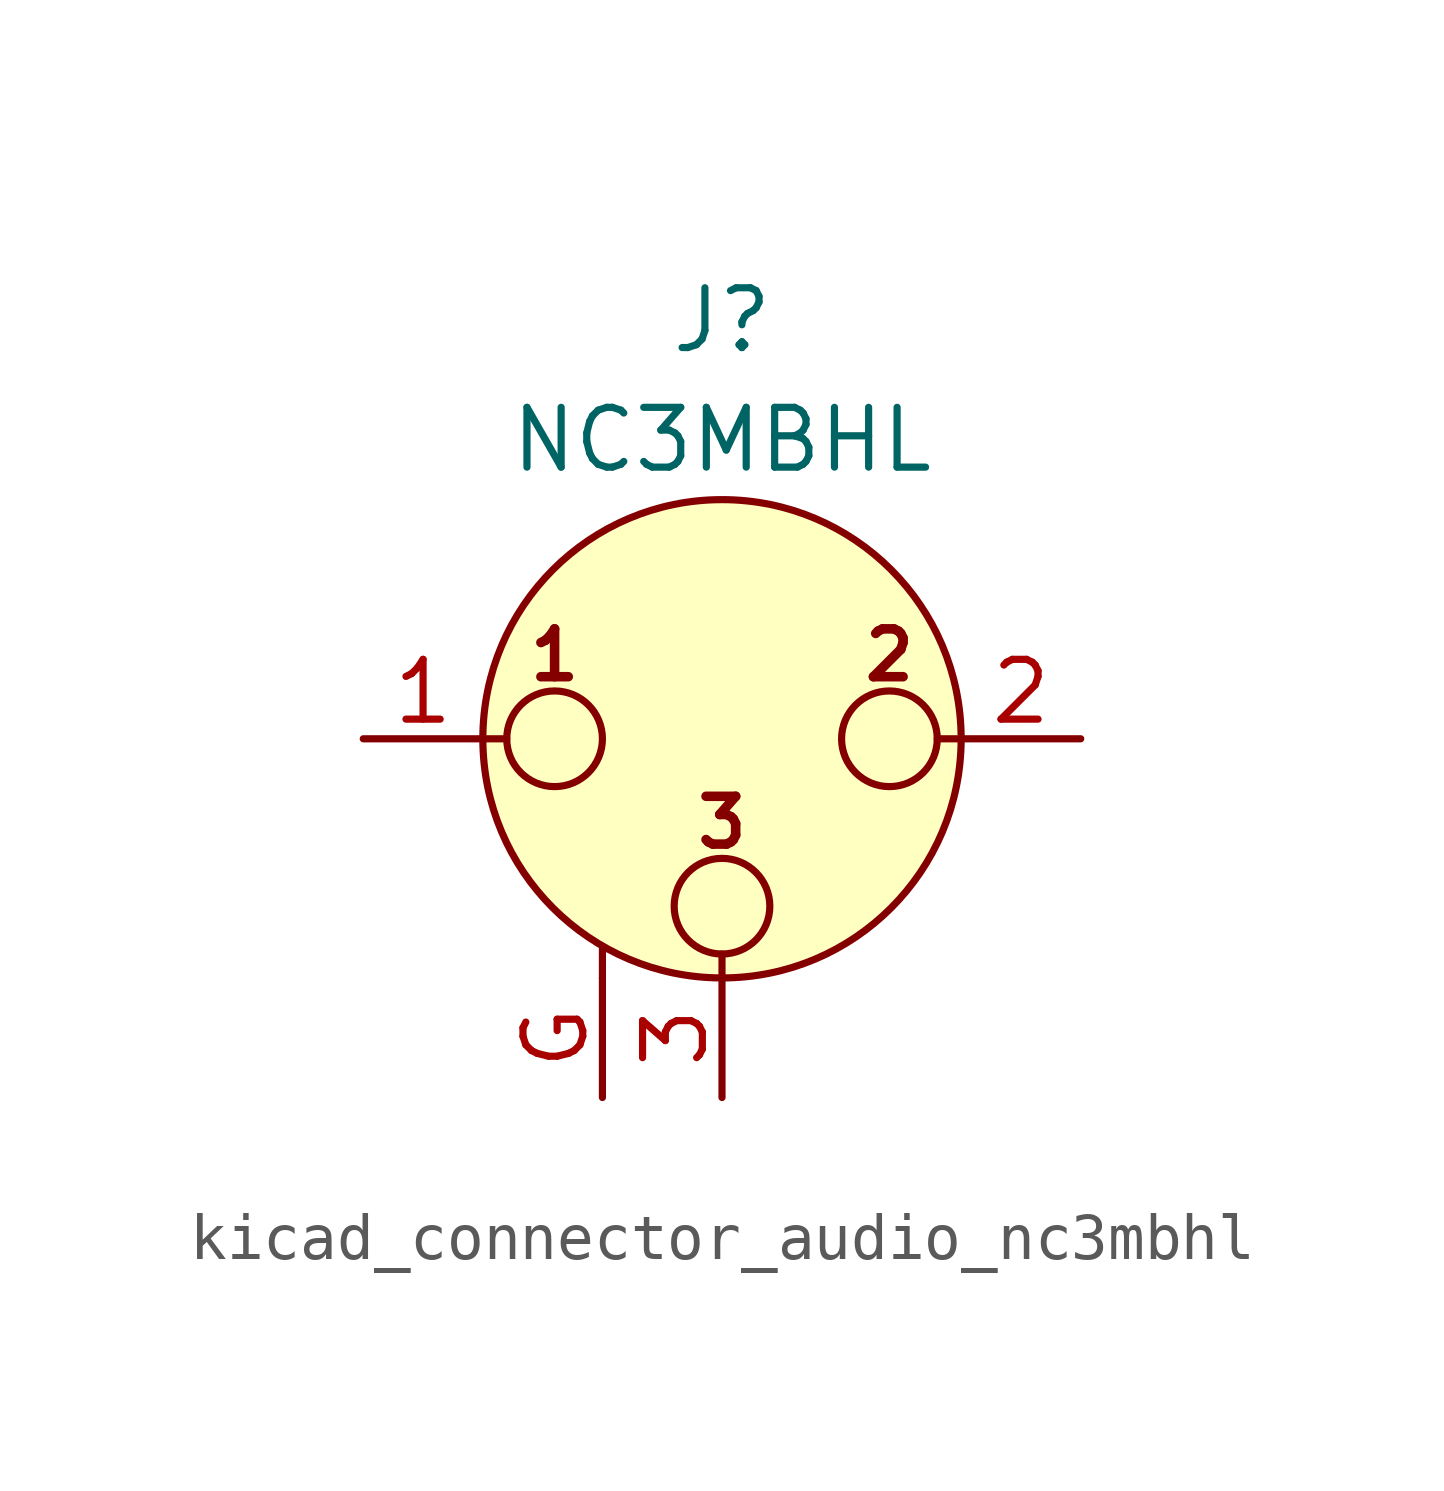
<source format=kicad_sym>
(kicad_symbol_lib
  (version 20220914)
  (generator kicad_symbol_editor)
  (symbol "kicad_connector_audio_nc3mbhl"
    (pin_names hide)
    (property "Reference" "J"
      (at 0 8.89 0)
      (effects (font (size 1.27 1.27))))
    (property "Value" "NC3MBHL"
      (at 0 6.35 0)
      (effects (font (size 1.27 1.27))))
    (symbol "kicad_connector_audio_nc3mbhl_0_1"
      (circle (center -3.556 0) (radius 1.016) (stroke (width 0) (type default)) (fill (type none)))
      (circle (center 0 -3.556) (radius 1.016) (stroke (width 0) (type default)) (fill (type none)))
      (polyline (pts (xy -5.08 0) (xy -4.572 0)) (stroke (width 0) (type default)) (fill (type none)))
      (polyline (pts (xy -2.54 -5.08) (xy -2.54 -4.445)) (stroke (width 0) (type default)) (fill (type none)))
      (polyline (pts (xy 0 -5.08) (xy 0 -4.572)) (stroke (width 0) (type default)) (fill (type none)))
      (polyline (pts (xy 5.08 0) (xy 4.572 0)) (stroke (width 0) (type default)) (fill (type none)))
      (circle (center 0 0) (radius 5.08) (stroke (width 0) (type default)) (fill (type background)))
      (circle (center 3.556 0) (radius 1.016) (stroke (width 0) (type default)) (fill (type none)))
      (text "1" (at -3.556 1.778 0) (effects (font (size 1.016 1.016) bold)))
      (text "2" (at 3.556 1.778 0) (effects (font (size 1.016 1.016) bold)))
      (text "3" (at 0 -1.778 0) (effects (font (size 1.016 1.016) bold)))
      (pin passive line (at -7.62 0 0) (length 2.54) (name "~" (effects (font (size 1.27 1.27)))) (number "1" (effects (font (size 1.27 1.27)))))
      (pin passive line (at 7.62 0 180) (length 2.54) (name "~" (effects (font (size 1.27 1.27)))) (number "2" (effects (font (size 1.27 1.27)))))
      (pin passive line (at 0 -7.62 90) (length 2.54) (name "~" (effects (font (size 1.27 1.27)))) (number "3" (effects (font (size 1.27 1.27))))))
    (symbol "kicad_connector_audio_nc3mbhl_1_1"
      (pin passive line (at -2.54 -7.62 90) (length 2.54) (name "~" (effects (font (size 1.27 1.27)))) (number "G" (effects (font (size 1.27 1.27))))))))
</source>
